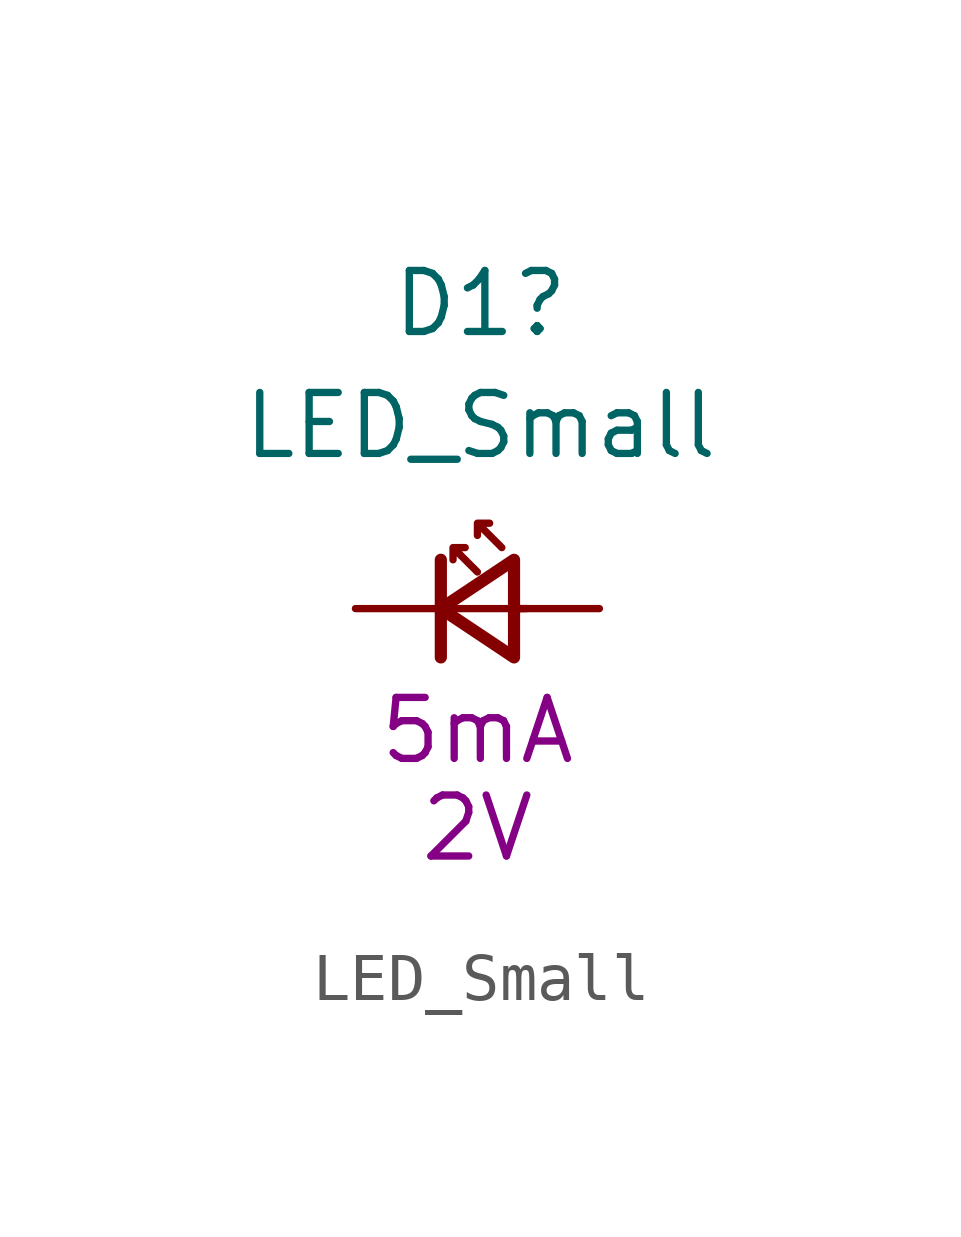
<source format=kicad_sym>
(kicad_symbol_lib
  (version 20241209)
  (generator "kicad_symbol_editor")
  (generator_version "9.0")
  (symbol "LED_Small"
    (pin_numbers
      (hide yes))
    (pin_names
      (offset 0.254)
      (hide yes))
    (property "Reference" "D1"
      (at 0.064 6.35 0)
      (effects (font (size 1.27 1.27))))
    (property "Value" "LED_Small"
      (at 0.064 3.81 0)
      (effects (font (size 1.27 1.27))))
    (property "Vf" "2V"
      (at 0 -4.572 0)
      (effects (font (size 1.27 1.27))))
    (property "If" "5mA"
      (at 0 -2.54 0)
      (effects (font (size 1.27 1.27))))
    (symbol "LED_Small_0_1"
      (polyline (pts (xy -0.762 -1.016) (xy -0.762 1.016)) (stroke (width 0.254) (type default)) (fill (type none)))
      (polyline (pts (xy 0 0.762) (xy -0.508 1.27) (xy -0.254 1.27) (xy -0.508 1.27) (xy -0.508 1.016)) (stroke (width 0) (type default)) (fill (type none)))
      (polyline (pts (xy 0.508 1.27) (xy 0 1.778) (xy 0.254 1.778) (xy 0 1.778) (xy 0 1.524)) (stroke (width 0) (type default)) (fill (type none)))
      (polyline (pts (xy 0.762 -1.016) (xy -0.762 0) (xy 0.762 1.016) (xy 0.762 -1.016)) (stroke (width 0.254) (type default)) (fill (type none)))
      (polyline (pts (xy 1.016 0) (xy -0.762 0)) (stroke (width 0) (type default)) (fill (type none))))
    (symbol "LED_Small_1_1"
      (pin passive line (at -2.54 0 0) (length 1.778) (name "K" (effects (font (size 1.27 1.27)))) (number "1" (effects (font (size 1.27 1.27)))))
      (pin passive line (at 2.54 0 180) (length 1.778) (name "A" (effects (font (size 1.27 1.27)))) (number "2" (effects (font (size 1.27 1.27))))))))
</source>
